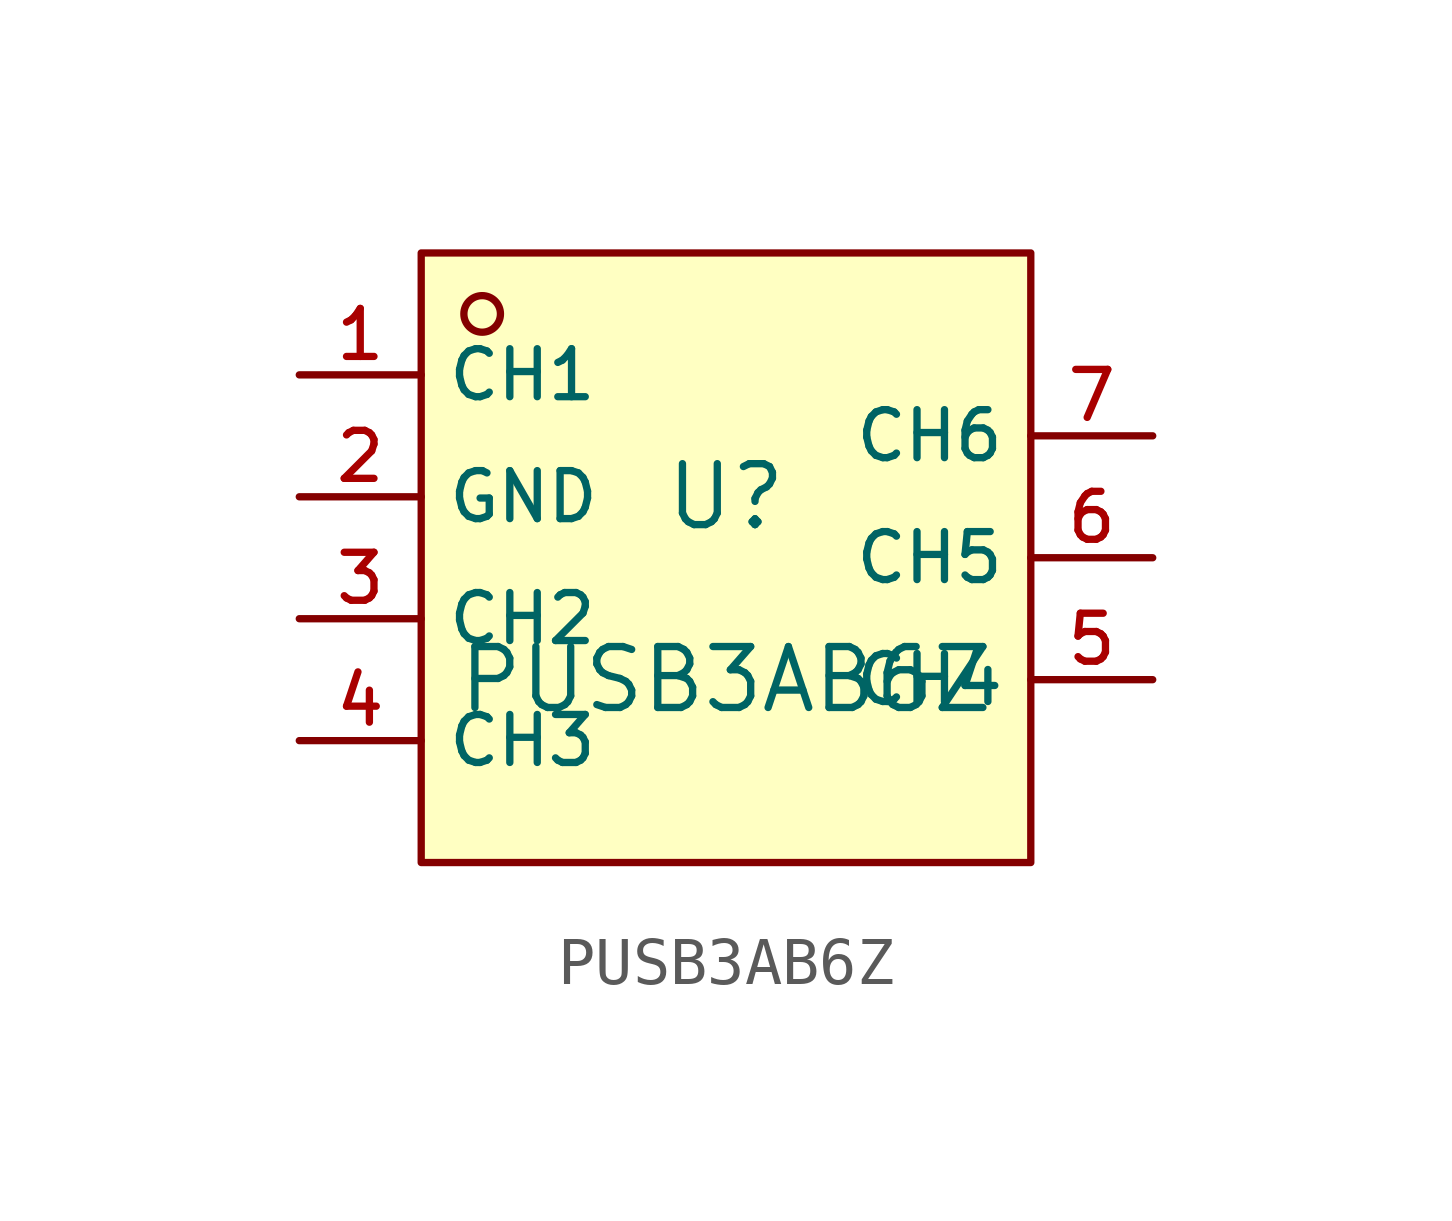
<source format=kicad_sym>
(kicad_symbol_lib
  (version 20210201)
  (generator TousstNicolas/JLC2KiCad_lib)
  (symbol "PUSB3AB6Z"
    (property "Reference" "U"
      (at 0 1.27 0)
      (effects (font (size 1.27 1.27))))
    (property "Value" "PUSB3AB6Z"
      (at 0 -2.54 0)
      (effects (font (size 1.27 1.27))))
    (symbol "PUSB3AB6Z_0_1"
      (rectangle (start -6.35 6.35) (end 6.35 -6.35) (stroke (width 0) (type default) (color 0 0 0 0)) (fill (type background)))
      (circle (center -5.08 5.08) (radius 0.381) (stroke (width 0) (type default) (color 0 0 0 0)) (fill (type background)))
      (pin unspecified line (at -8.89 3.81 0) (length 2.54) (name "CH1" (effects (font (size 1 1)))) (number "1" (effects (font (size 1 1)))))
      (pin unspecified line (at -8.89 1.27 0) (length 2.54) (name "GND" (effects (font (size 1 1)))) (number "2" (effects (font (size 1 1)))))
      (pin unspecified line (at -8.89 -1.27 0) (length 2.54) (name "CH2" (effects (font (size 1 1)))) (number "3" (effects (font (size 1 1)))))
      (pin unspecified line (at -8.89 -3.81 0) (length 2.54) (name "CH3" (effects (font (size 1 1)))) (number "4" (effects (font (size 1 1)))))
      (pin unspecified line (at 8.89 -2.54 180) (length 2.54) (name "CH4" (effects (font (size 1 1)))) (number "5" (effects (font (size 1 1)))))
      (pin unspecified line (at 8.89 -0.0 180) (length 2.54) (name "CH5" (effects (font (size 1 1)))) (number "6" (effects (font (size 1 1)))))
      (pin unspecified line (at 8.89 2.54 180) (length 2.54) (name "CH6" (effects (font (size 1 1)))) (number "7" (effects (font (size 1 1))))))))
</source>
